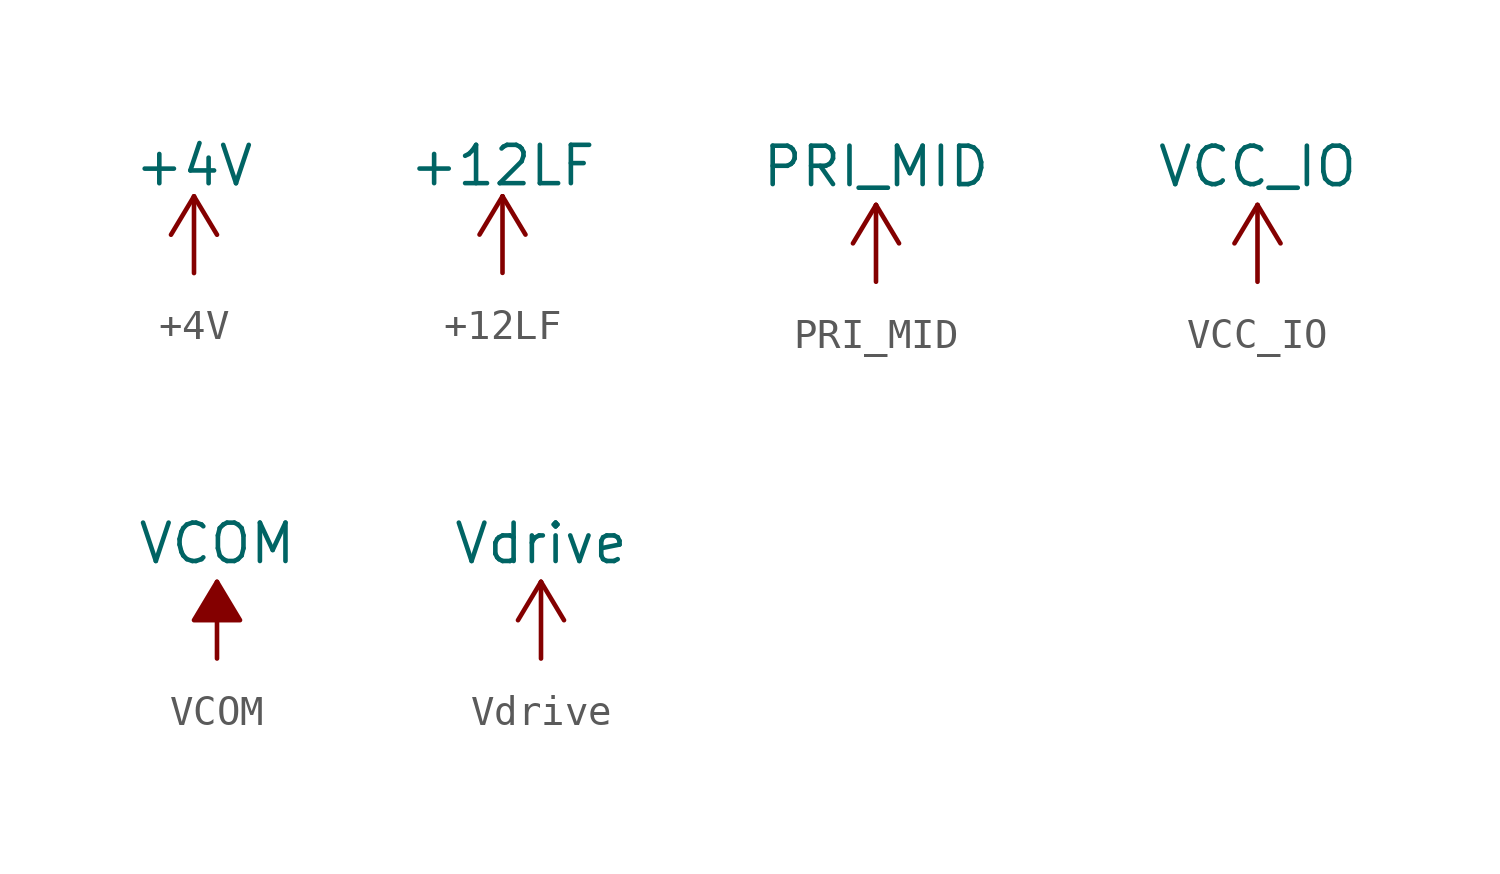
<source format=kicad_sym>
(kicad_symbol_lib
  (version 20211014)
  (generator kicad_symbol_editor)
  (symbol "+4V"
    (power)
    (pin_names
      (offset 0))
    (property "Reference" "#PWR"
      (at 0 -3.81 0)
      (effects (font (size 1.27 1.27)) hide))
    (property "Value" "+4V"
      (at 0 3.556 0)
      (effects (font (size 1.27 1.27))))
    (symbol "+4V_0_1"
      (polyline (pts (xy -0.762 1.27) (xy 0 2.54)) (stroke (width 0) (type default) (color 0 0 0 0)) (fill (type none)))
      (polyline (pts (xy 0 0) (xy 0 2.54)) (stroke (width 0) (type default) (color 0 0 0 0)) (fill (type none)))
      (polyline (pts (xy 0 2.54) (xy 0.762 1.27)) (stroke (width 0) (type default) (color 0 0 0 0)) (fill (type none))))
    (symbol "+4V_1_1"
      (pin power_in line (at 0 0 90) (length 0) hide (name "+4V" (effects (font (size 1.27 1.27)))) (number "1" (effects (font (size 1.27 1.27)))))))
  (symbol "+12LF"
    (power)
    (pin_names
      (offset 0))
    (property "Reference" "#PWR"
      (at 0 -3.81 0)
      (effects (font (size 1.27 1.27)) hide))
    (property "Value" "+12LF"
      (at 0 3.556 0)
      (effects (font (size 1.27 1.27))))
    (symbol "+12LF_0_1"
      (polyline (pts (xy -0.762 1.27) (xy 0 2.54)) (stroke (width 0) (type default) (color 0 0 0 0)) (fill (type none)))
      (polyline (pts (xy 0 0) (xy 0 2.54)) (stroke (width 0) (type default) (color 0 0 0 0)) (fill (type none)))
      (polyline (pts (xy 0 2.54) (xy 0.762 1.27)) (stroke (width 0) (type default) (color 0 0 0 0)) (fill (type none))))
    (symbol "+12LF_1_1"
      (pin power_in line (at 0 0 90) (length 0) hide (name "+12LF" (effects (font (size 1.27 1.27)))) (number "1" (effects (font (size 1.27 1.27)))))))
  (symbol "PRI_MID"
    (power)
    (pin_names
      (offset 0))
    (property "Reference" "#PWR"
      (at 0 -3.81 0)
      (effects (font (size 1.27 1.27)) hide))
    (property "Value" "PRI_MID"
      (at 0 3.81 0)
      (effects (font (size 1.27 1.27))))
    (symbol "PRI_MID_0_1"
      (polyline (pts (xy -0.762 1.27) (xy 0 2.54)) (stroke (width 0) (type default) (color 0 0 0 0)) (fill (type none)))
      (polyline (pts (xy 0 0) (xy 0 2.54)) (stroke (width 0) (type default) (color 0 0 0 0)) (fill (type none)))
      (polyline (pts (xy 0 2.54) (xy 0.762 1.27)) (stroke (width 0) (type default) (color 0 0 0 0)) (fill (type none))))
    (symbol "PRI_MID_1_1"
      (pin power_in line (at 0 0 90) (length 0) hide (name "PRI_MID" (effects (font (size 1.27 1.27)))) (number "1" (effects (font (size 1.27 1.27)))))))
  (symbol "VCC_IO"
    (power)
    (pin_names
      (offset 0))
    (property "Reference" "#PWR"
      (at 0 -3.81 0)
      (effects (font (size 1.27 1.27)) hide))
    (property "Value" "VCC_IO"
      (at 0 3.81 0)
      (effects (font (size 1.27 1.27))))
    (symbol "VCC_IO_0_1"
      (polyline (pts (xy -0.762 1.27) (xy 0 2.54)) (stroke (width 0) (type default) (color 0 0 0 0)) (fill (type none)))
      (polyline (pts (xy 0 0) (xy 0 2.54)) (stroke (width 0) (type default) (color 0 0 0 0)) (fill (type none)))
      (polyline (pts (xy 0 2.54) (xy 0.762 1.27)) (stroke (width 0) (type default) (color 0 0 0 0)) (fill (type none))))
    (symbol "VCC_IO_1_1"
      (pin power_in line (at 0 0 90) (length 0) hide (name "VCC_IO" (effects (font (size 1.27 1.27)))) (number "1" (effects (font (size 1.27 1.27)))))))
  (symbol "VCOM"
    (power)
    (pin_names
      (offset 0))
    (property "Reference" "#PWR"
      (at 0 -3.81 0)
      (effects (font (size 1.27 1.27)) hide))
    (property "Value" "VCOM"
      (at 0 3.81 0)
      (effects (font (size 1.27 1.27))))
    (symbol "VCOM_0_1"
      (polyline (pts (xy 0 0) (xy 0 2.54)) (stroke (width 0) (type default) (color 0 0 0 0)) (fill (type none)))
      (polyline (pts (xy 0.762 1.27) (xy -0.762 1.27) (xy 0 2.54) (xy 0.762 1.27)) (stroke (width 0) (type default) (color 0 0 0 0)) (fill (type outline))))
    (symbol "VCOM_1_1"
      (pin power_in line (at 0 0 90) (length 0) hide (name "VCOM" (effects (font (size 1.27 1.27)))) (number "1" (effects (font (size 1.27 1.27)))))))
  (symbol "Vdrive"
    (power)
    (pin_names
      (offset 0))
    (property "Reference" "#PWR"
      (at -5.08 -3.81 0)
      (effects (font (size 1.27 1.27)) hide))
    (property "Value" "Vdrive"
      (at 0 3.81 0)
      (effects (font (size 1.27 1.27))))
    (symbol "Vdrive_0_1"
      (polyline (pts (xy -0.762 1.27) (xy 0 2.54)) (stroke (width 0) (type default) (color 0 0 0 0)) (fill (type none)))
      (polyline (pts (xy 0 0) (xy 0 2.54)) (stroke (width 0) (type default) (color 0 0 0 0)) (fill (type none)))
      (polyline (pts (xy 0 2.54) (xy 0.762 1.27)) (stroke (width 0) (type default) (color 0 0 0 0)) (fill (type none))))
    (symbol "Vdrive_1_1"
      (pin power_in line (at 0 0 90) (length 0) hide (name "Vdrive" (effects (font (size 1.27 1.27)))) (number "1" (effects (font (size 1.27 1.27))))))))
</source>
